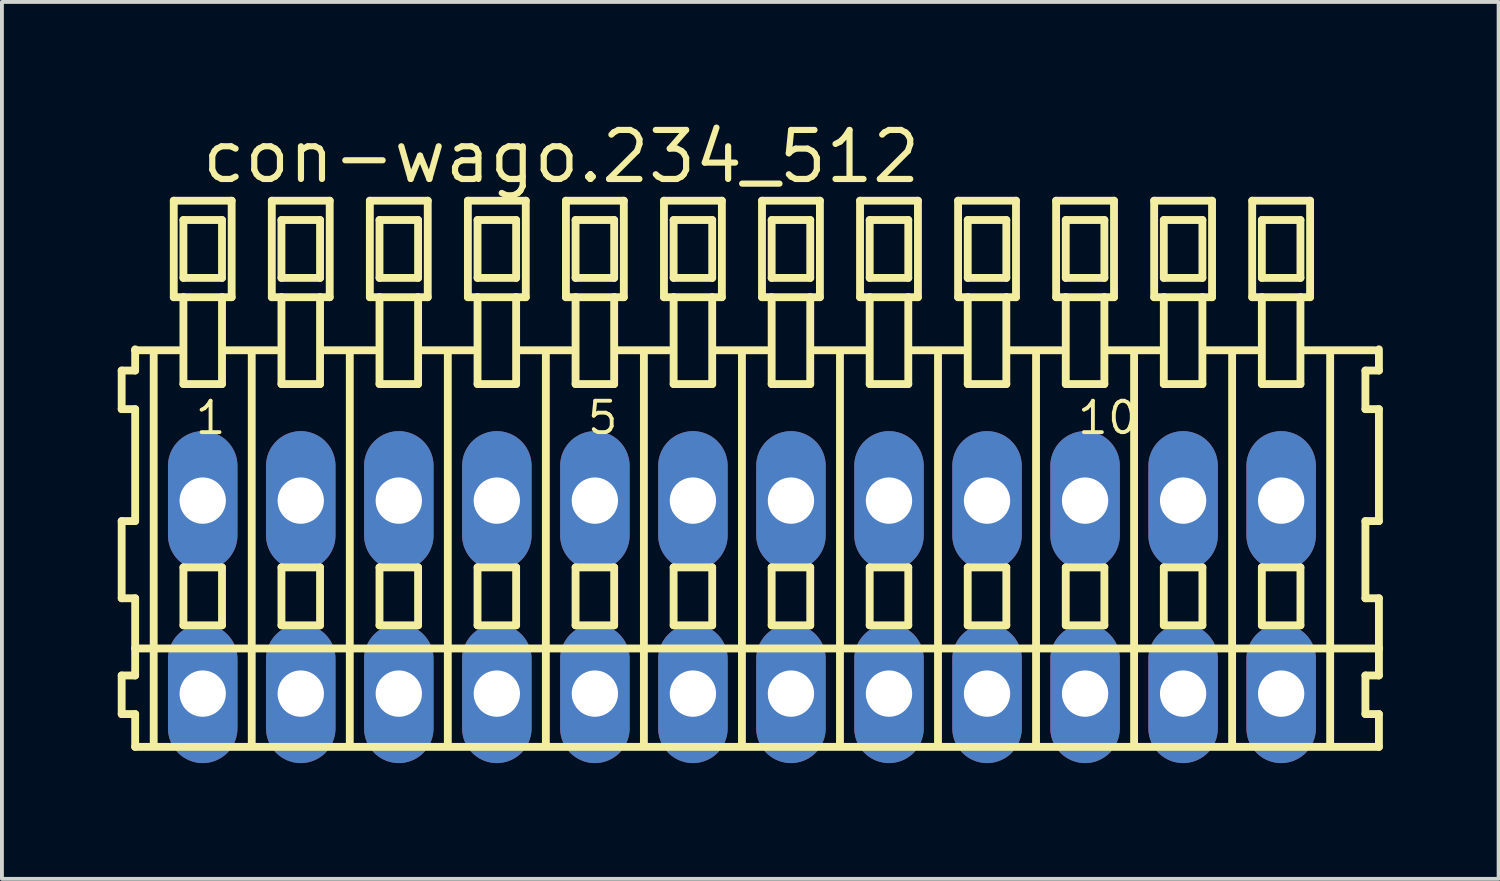
<source format=kicad_pcb>
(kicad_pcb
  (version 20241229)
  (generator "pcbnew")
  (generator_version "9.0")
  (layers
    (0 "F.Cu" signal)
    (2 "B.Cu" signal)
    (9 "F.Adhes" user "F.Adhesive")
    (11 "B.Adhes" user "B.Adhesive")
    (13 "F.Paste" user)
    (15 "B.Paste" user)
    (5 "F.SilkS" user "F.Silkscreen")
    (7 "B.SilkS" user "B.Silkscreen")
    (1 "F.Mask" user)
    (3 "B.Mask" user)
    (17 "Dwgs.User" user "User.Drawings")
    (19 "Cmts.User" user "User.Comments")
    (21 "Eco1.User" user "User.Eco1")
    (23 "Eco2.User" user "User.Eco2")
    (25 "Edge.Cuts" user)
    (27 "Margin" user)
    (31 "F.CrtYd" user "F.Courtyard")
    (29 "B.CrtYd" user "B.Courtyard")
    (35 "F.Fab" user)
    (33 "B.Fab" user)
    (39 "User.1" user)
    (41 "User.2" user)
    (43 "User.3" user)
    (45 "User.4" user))
  (footprint "con-wago.234_512"
    (layer "F.Cu")
    (at 16.172 12.42)
    (property "Reference" "con-wago.234_512" (at -14.07 -10.67 0) (layer "F.SilkS") (effects (font (size 1.27 1.27) (thickness 0.16)) (justify left bottom)))
    (attr through_hole)
    (fp_line (start -16.07 -5.87) (end -16.07 -4.87) (stroke (width 0.203) (type default)) (layer "F.SilkS"))
    (fp_line (start -16.07 -4.87) (end -15.72 -4.87) (stroke (width 0.203) (type default)) (layer "F.SilkS"))
    (fp_line (start -16.07 -1.97) (end -16.07 0.03) (stroke (width 0.203) (type default)) (layer "F.SilkS"))
    (fp_line (start -16.07 0.03) (end -15.72 0.03) (stroke (width 0.203) (type default)) (layer "F.SilkS"))
    (fp_line (start -16.07 2.03) (end -16.07 3.03) (stroke (width 0.203) (type default)) (layer "F.SilkS"))
    (fp_line (start -16.07 3.03) (end -15.72 3.03) (stroke (width 0.203) (type default)) (layer "F.SilkS"))
    (fp_line (start -15.72 -6.42) (end -15.72 -6.395) (stroke (width 0.203) (type default)) (layer "F.SilkS"))
    (fp_line (start -15.72 -6.395) (end -15.72 -5.87) (stroke (width 0.203) (type default)) (layer "F.SilkS"))
    (fp_line (start -15.72 -6.395) (end -14.595 -6.395) (stroke (width 0.203) (type default)) (layer "F.SilkS"))
    (fp_line (start -15.72 -5.87) (end -16.07 -5.87) (stroke (width 0.203) (type default)) (layer "F.SilkS"))
    (fp_line (start -15.72 -4.87) (end -15.72 -1.97) (stroke (width 0.203) (type default)) (layer "F.SilkS"))
    (fp_line (start -15.72 -1.97) (end -16.07 -1.97) (stroke (width 0.203) (type default)) (layer "F.SilkS"))
    (fp_line (start -15.72 0.03) (end -15.72 1.33) (stroke (width 0.203) (type default)) (layer "F.SilkS"))
    (fp_line (start -15.72 1.33) (end -15.72 2.03) (stroke (width 0.203) (type default)) (layer "F.SilkS"))
    (fp_line (start -15.72 1.33) (end 16.503 1.33) (stroke (width 0.203) (type default)) (layer "F.SilkS"))
    (fp_line (start -15.72 2.03) (end -16.07 2.03) (stroke (width 0.203) (type default)) (layer "F.SilkS"))
    (fp_line (start -15.72 3.03) (end -15.72 3.88) (stroke (width 0.203) (type default)) (layer "F.SilkS"))
    (fp_line (start -15.72 3.88) (end 16.503 3.88) (stroke (width 0.203) (type default)) (layer "F.SilkS"))
    (fp_line (start -15.24 3.83) (end -15.24 -6.33) (stroke (width 0.203) (type default)) (layer "F.SilkS"))
    (fp_line (start -14.72 -10.27) (end -14.72 -7.77) (stroke (width 0.203) (type default)) (layer "F.SilkS"))
    (fp_line (start -14.72 -7.77) (end -14.47 -7.77) (stroke (width 0.203) (type default)) (layer "F.SilkS"))
    (fp_line (start -14.47 -9.77) (end -14.47 -8.27) (stroke (width 0.203) (type default)) (layer "F.SilkS"))
    (fp_line (start -14.47 -8.27) (end -13.47 -8.27) (stroke (width 0.203) (type default)) (layer "F.SilkS"))
    (fp_line (start -14.47 -7.77) (end -14.47 -5.52) (stroke (width 0.203) (type default)) (layer "F.SilkS"))
    (fp_line (start -14.47 -7.77) (end -13.47 -7.77) (stroke (width 0.203) (type default)) (layer "F.SilkS"))
    (fp_line (start -14.47 -5.52) (end -13.47 -5.52) (stroke (width 0.203) (type default)) (layer "F.SilkS"))
    (fp_line (start -14.47 -0.77) (end -14.47 0.73) (stroke (width 0.203) (type default)) (layer "F.SilkS"))
    (fp_line (start -14.47 0.73) (end -13.47 0.73) (stroke (width 0.203) (type default)) (layer "F.SilkS"))
    (fp_line (start -13.47 -9.77) (end -14.47 -9.77) (stroke (width 0.203) (type default)) (layer "F.SilkS"))
    (fp_line (start -13.47 -8.27) (end -13.47 -9.77) (stroke (width 0.203) (type default)) (layer "F.SilkS"))
    (fp_line (start -13.47 -7.77) (end -13.22 -7.77) (stroke (width 0.203) (type default)) (layer "F.SilkS"))
    (fp_line (start -13.47 -5.52) (end -13.47 -7.77) (stroke (width 0.203) (type default)) (layer "F.SilkS"))
    (fp_line (start -13.47 -0.77) (end -14.47 -0.77) (stroke (width 0.203) (type default)) (layer "F.SilkS"))
    (fp_line (start -13.47 0.73) (end -13.47 -0.77) (stroke (width 0.203) (type default)) (layer "F.SilkS"))
    (fp_line (start -13.434 -6.395) (end -12.055 -6.395) (stroke (width 0.203) (type default)) (layer "F.SilkS"))
    (fp_line (start -13.22 -10.27) (end -14.72 -10.27) (stroke (width 0.203) (type default)) (layer "F.SilkS"))
    (fp_line (start -13.22 -7.77) (end -13.22 -10.27) (stroke (width 0.203) (type default)) (layer "F.SilkS"))
    (fp_line (start -12.7 3.83) (end -12.7 -6.33) (stroke (width 0.203) (type default)) (layer "F.SilkS"))
    (fp_line (start -12.18 -10.27) (end -12.18 -7.77) (stroke (width 0.203) (type default)) (layer "F.SilkS"))
    (fp_line (start -12.18 -7.77) (end -11.93 -7.77) (stroke (width 0.203) (type default)) (layer "F.SilkS"))
    (fp_line (start -11.93 -9.77) (end -11.93 -8.27) (stroke (width 0.203) (type default)) (layer "F.SilkS"))
    (fp_line (start -11.93 -8.27) (end -10.93 -8.27) (stroke (width 0.203) (type default)) (layer "F.SilkS"))
    (fp_line (start -11.93 -7.77) (end -11.93 -5.52) (stroke (width 0.203) (type default)) (layer "F.SilkS"))
    (fp_line (start -11.93 -7.77) (end -10.93 -7.77) (stroke (width 0.203) (type default)) (layer "F.SilkS"))
    (fp_line (start -11.93 -5.52) (end -10.93 -5.52) (stroke (width 0.203) (type default)) (layer "F.SilkS"))
    (fp_line (start -11.93 -0.77) (end -11.93 0.73) (stroke (width 0.203) (type default)) (layer "F.SilkS"))
    (fp_line (start -11.93 0.73) (end -10.93 0.73) (stroke (width 0.203) (type default)) (layer "F.SilkS"))
    (fp_line (start -10.93 -9.77) (end -11.93 -9.77) (stroke (width 0.203) (type default)) (layer "F.SilkS"))
    (fp_line (start -10.93 -8.27) (end -10.93 -9.77) (stroke (width 0.203) (type default)) (layer "F.SilkS"))
    (fp_line (start -10.93 -7.77) (end -10.68 -7.77) (stroke (width 0.203) (type default)) (layer "F.SilkS"))
    (fp_line (start -10.93 -5.52) (end -10.93 -7.77) (stroke (width 0.203) (type default)) (layer "F.SilkS"))
    (fp_line (start -10.93 -0.77) (end -11.93 -0.77) (stroke (width 0.203) (type default)) (layer "F.SilkS"))
    (fp_line (start -10.93 0.73) (end -10.93 -0.77) (stroke (width 0.203) (type default)) (layer "F.SilkS"))
    (fp_line (start -10.894 -6.395) (end -9.515 -6.395) (stroke (width 0.203) (type default)) (layer "F.SilkS"))
    (fp_line (start -10.68 -10.27) (end -12.18 -10.27) (stroke (width 0.203) (type default)) (layer "F.SilkS"))
    (fp_line (start -10.68 -7.77) (end -10.68 -10.27) (stroke (width 0.203) (type default)) (layer "F.SilkS"))
    (fp_line (start -10.16 3.83) (end -10.16 -6.33) (stroke (width 0.203) (type default)) (layer "F.SilkS"))
    (fp_line (start -9.64 -10.27) (end -9.64 -7.77) (stroke (width 0.203) (type default)) (layer "F.SilkS"))
    (fp_line (start -9.64 -7.77) (end -9.39 -7.77) (stroke (width 0.203) (type default)) (layer "F.SilkS"))
    (fp_line (start -9.39 -9.77) (end -9.39 -8.27) (stroke (width 0.203) (type default)) (layer "F.SilkS"))
    (fp_line (start -9.39 -8.27) (end -8.39 -8.27) (stroke (width 0.203) (type default)) (layer "F.SilkS"))
    (fp_line (start -9.39 -7.77) (end -9.39 -5.52) (stroke (width 0.203) (type default)) (layer "F.SilkS"))
    (fp_line (start -9.39 -7.77) (end -8.39 -7.77) (stroke (width 0.203) (type default)) (layer "F.SilkS"))
    (fp_line (start -9.39 -5.52) (end -8.39 -5.52) (stroke (width 0.203) (type default)) (layer "F.SilkS"))
    (fp_line (start -9.39 -0.77) (end -9.39 0.73) (stroke (width 0.203) (type default)) (layer "F.SilkS"))
    (fp_line (start -9.39 0.73) (end -8.39 0.73) (stroke (width 0.203) (type default)) (layer "F.SilkS"))
    (fp_line (start -8.39 -9.77) (end -9.39 -9.77) (stroke (width 0.203) (type default)) (layer "F.SilkS"))
    (fp_line (start -8.39 -8.27) (end -8.39 -9.77) (stroke (width 0.203) (type default)) (layer "F.SilkS"))
    (fp_line (start -8.39 -7.77) (end -8.14 -7.77) (stroke (width 0.203) (type default)) (layer "F.SilkS"))
    (fp_line (start -8.39 -5.52) (end -8.39 -7.77) (stroke (width 0.203) (type default)) (layer "F.SilkS"))
    (fp_line (start -8.39 -0.77) (end -9.39 -0.77) (stroke (width 0.203) (type default)) (layer "F.SilkS"))
    (fp_line (start -8.39 0.73) (end -8.39 -0.77) (stroke (width 0.203) (type default)) (layer "F.SilkS"))
    (fp_line (start -8.354 -6.395) (end -6.975 -6.395) (stroke (width 0.203) (type default)) (layer "F.SilkS"))
    (fp_line (start -8.14 -10.27) (end -9.64 -10.27) (stroke (width 0.203) (type default)) (layer "F.SilkS"))
    (fp_line (start -8.14 -7.77) (end -8.14 -10.27) (stroke (width 0.203) (type default)) (layer "F.SilkS"))
    (fp_line (start -7.62 3.83) (end -7.62 -6.33) (stroke (width 0.203) (type default)) (layer "F.SilkS"))
    (fp_line (start -7.1 -10.27) (end -7.1 -7.77) (stroke (width 0.203) (type default)) (layer "F.SilkS"))
    (fp_line (start -7.1 -7.77) (end -6.85 -7.77) (stroke (width 0.203) (type default)) (layer "F.SilkS"))
    (fp_line (start -6.85 -9.77) (end -6.85 -8.27) (stroke (width 0.203) (type default)) (layer "F.SilkS"))
    (fp_line (start -6.85 -8.27) (end -5.85 -8.27) (stroke (width 0.203) (type default)) (layer "F.SilkS"))
    (fp_line (start -6.85 -7.77) (end -6.85 -5.52) (stroke (width 0.203) (type default)) (layer "F.SilkS"))
    (fp_line (start -6.85 -7.77) (end -5.85 -7.77) (stroke (width 0.203) (type default)) (layer "F.SilkS"))
    (fp_line (start -6.85 -5.52) (end -5.85 -5.52) (stroke (width 0.203) (type default)) (layer "F.SilkS"))
    (fp_line (start -6.85 -0.77) (end -6.85 0.73) (stroke (width 0.203) (type default)) (layer "F.SilkS"))
    (fp_line (start -6.85 0.73) (end -5.85 0.73) (stroke (width 0.203) (type default)) (layer "F.SilkS"))
    (fp_line (start -5.85 -9.77) (end -6.85 -9.77) (stroke (width 0.203) (type default)) (layer "F.SilkS"))
    (fp_line (start -5.85 -8.27) (end -5.85 -9.77) (stroke (width 0.203) (type default)) (layer "F.SilkS"))
    (fp_line (start -5.85 -7.77) (end -5.6 -7.77) (stroke (width 0.203) (type default)) (layer "F.SilkS"))
    (fp_line (start -5.85 -5.52) (end -5.85 -7.77) (stroke (width 0.203) (type default)) (layer "F.SilkS"))
    (fp_line (start -5.85 -0.77) (end -6.85 -0.77) (stroke (width 0.203) (type default)) (layer "F.SilkS"))
    (fp_line (start -5.85 0.73) (end -5.85 -0.77) (stroke (width 0.203) (type default)) (layer "F.SilkS"))
    (fp_line (start -5.814 -6.395) (end -4.435 -6.395) (stroke (width 0.203) (type default)) (layer "F.SilkS"))
    (fp_line (start -5.6 -10.27) (end -7.1 -10.27) (stroke (width 0.203) (type default)) (layer "F.SilkS"))
    (fp_line (start -5.6 -7.77) (end -5.6 -10.27) (stroke (width 0.203) (type default)) (layer "F.SilkS"))
    (fp_line (start -5.08 3.83) (end -5.08 -6.33) (stroke (width 0.203) (type default)) (layer "F.SilkS"))
    (fp_line (start -4.56 -10.27) (end -4.56 -7.77) (stroke (width 0.203) (type default)) (layer "F.SilkS"))
    (fp_line (start -4.56 -7.77) (end -4.31 -7.77) (stroke (width 0.203) (type default)) (layer "F.SilkS"))
    (fp_line (start -4.31 -9.77) (end -4.31 -8.27) (stroke (width 0.203) (type default)) (layer "F.SilkS"))
    (fp_line (start -4.31 -8.27) (end -3.31 -8.27) (stroke (width 0.203) (type default)) (layer "F.SilkS"))
    (fp_line (start -4.31 -7.77) (end -4.31 -5.52) (stroke (width 0.203) (type default)) (layer "F.SilkS"))
    (fp_line (start -4.31 -7.77) (end -3.31 -7.77) (stroke (width 0.203) (type default)) (layer "F.SilkS"))
    (fp_line (start -4.31 -5.52) (end -3.31 -5.52) (stroke (width 0.203) (type default)) (layer "F.SilkS"))
    (fp_line (start -4.31 -0.77) (end -4.31 0.73) (stroke (width 0.203) (type default)) (layer "F.SilkS"))
    (fp_line (start -4.31 0.73) (end -3.31 0.73) (stroke (width 0.203) (type default)) (layer "F.SilkS"))
    (fp_line (start -3.31 -9.77) (end -4.31 -9.77) (stroke (width 0.203) (type default)) (layer "F.SilkS"))
    (fp_line (start -3.31 -8.27) (end -3.31 -9.77) (stroke (width 0.203) (type default)) (layer "F.SilkS"))
    (fp_line (start -3.31 -7.77) (end -3.06 -7.77) (stroke (width 0.203) (type default)) (layer "F.SilkS"))
    (fp_line (start -3.31 -5.52) (end -3.31 -7.77) (stroke (width 0.203) (type default)) (layer "F.SilkS"))
    (fp_line (start -3.31 -0.77) (end -4.31 -0.77) (stroke (width 0.203) (type default)) (layer "F.SilkS"))
    (fp_line (start -3.31 0.73) (end -3.31 -0.77) (stroke (width 0.203) (type default)) (layer "F.SilkS"))
    (fp_line (start -3.274 -6.395) (end -1.895 -6.395) (stroke (width 0.203) (type default)) (layer "F.SilkS"))
    (fp_line (start -3.06 -10.27) (end -4.56 -10.27) (stroke (width 0.203) (type default)) (layer "F.SilkS"))
    (fp_line (start -3.06 -7.77) (end -3.06 -10.27) (stroke (width 0.203) (type default)) (layer "F.SilkS"))
    (fp_line (start -2.54 3.83) (end -2.54 -6.33) (stroke (width 0.203) (type default)) (layer "F.SilkS"))
    (fp_line (start -2.02 -10.27) (end -2.02 -7.77) (stroke (width 0.203) (type default)) (layer "F.SilkS"))
    (fp_line (start -2.02 -7.77) (end -1.77 -7.77) (stroke (width 0.203) (type default)) (layer "F.SilkS"))
    (fp_line (start -1.77 -9.77) (end -1.77 -8.27) (stroke (width 0.203) (type default)) (layer "F.SilkS"))
    (fp_line (start -1.77 -8.27) (end -0.77 -8.27) (stroke (width 0.203) (type default)) (layer "F.SilkS"))
    (fp_line (start -1.77 -7.77) (end -1.77 -5.52) (stroke (width 0.203) (type default)) (layer "F.SilkS"))
    (fp_line (start -1.77 -7.77) (end -0.77 -7.77) (stroke (width 0.203) (type default)) (layer "F.SilkS"))
    (fp_line (start -1.77 -5.52) (end -0.77 -5.52) (stroke (width 0.203) (type default)) (layer "F.SilkS"))
    (fp_line (start -1.77 -0.77) (end -1.77 0.73) (stroke (width 0.203) (type default)) (layer "F.SilkS"))
    (fp_line (start -1.77 0.73) (end -0.77 0.73) (stroke (width 0.203) (type default)) (layer "F.SilkS"))
    (fp_line (start -0.77 -9.77) (end -1.77 -9.77) (stroke (width 0.203) (type default)) (layer "F.SilkS"))
    (fp_line (start -0.77 -8.27) (end -0.77 -9.77) (stroke (width 0.203) (type default)) (layer "F.SilkS"))
    (fp_line (start -0.77 -7.77) (end -0.52 -7.77) (stroke (width 0.203) (type default)) (layer "F.SilkS"))
    (fp_line (start -0.77 -5.52) (end -0.77 -7.77) (stroke (width 0.203) (type default)) (layer "F.SilkS"))
    (fp_line (start -0.77 -0.77) (end -1.77 -0.77) (stroke (width 0.203) (type default)) (layer "F.SilkS"))
    (fp_line (start -0.77 0.73) (end -0.77 -0.77) (stroke (width 0.203) (type default)) (layer "F.SilkS"))
    (fp_line (start -0.734 -6.395) (end 0.645 -6.395) (stroke (width 0.203) (type default)) (layer "F.SilkS"))
    (fp_line (start -0.52 -10.27) (end -2.02 -10.27) (stroke (width 0.203) (type default)) (layer "F.SilkS"))
    (fp_line (start -0.52 -7.77) (end -0.52 -10.27) (stroke (width 0.203) (type default)) (layer "F.SilkS"))
    (fp_line (start 0 3.83) (end 0 -6.33) (stroke (width 0.203) (type default)) (layer "F.SilkS"))
    (fp_line (start 0.52 -10.27) (end 0.52 -7.77) (stroke (width 0.203) (type default)) (layer "F.SilkS"))
    (fp_line (start 0.52 -7.77) (end 0.77 -7.77) (stroke (width 0.203) (type default)) (layer "F.SilkS"))
    (fp_line (start 0.77 -9.77) (end 0.77 -8.27) (stroke (width 0.203) (type default)) (layer "F.SilkS"))
    (fp_line (start 0.77 -8.27) (end 1.77 -8.27) (stroke (width 0.203) (type default)) (layer "F.SilkS"))
    (fp_line (start 0.77 -7.77) (end 0.77 -5.52) (stroke (width 0.203) (type default)) (layer "F.SilkS"))
    (fp_line (start 0.77 -7.77) (end 1.77 -7.77) (stroke (width 0.203) (type default)) (layer "F.SilkS"))
    (fp_line (start 0.77 -5.52) (end 1.77 -5.52) (stroke (width 0.203) (type default)) (layer "F.SilkS"))
    (fp_line (start 0.77 -0.77) (end 0.77 0.73) (stroke (width 0.203) (type default)) (layer "F.SilkS"))
    (fp_line (start 0.77 0.73) (end 1.77 0.73) (stroke (width 0.203) (type default)) (layer "F.SilkS"))
    (fp_line (start 1.77 -9.77) (end 0.77 -9.77) (stroke (width 0.203) (type default)) (layer "F.SilkS"))
    (fp_line (start 1.77 -8.27) (end 1.77 -9.77) (stroke (width 0.203) (type default)) (layer "F.SilkS"))
    (fp_line (start 1.77 -7.77) (end 2.02 -7.77) (stroke (width 0.203) (type default)) (layer "F.SilkS"))
    (fp_line (start 1.77 -5.52) (end 1.77 -7.77) (stroke (width 0.203) (type default)) (layer "F.SilkS"))
    (fp_line (start 1.77 -0.77) (end 0.77 -0.77) (stroke (width 0.203) (type default)) (layer "F.SilkS"))
    (fp_line (start 1.77 0.73) (end 1.77 -0.77) (stroke (width 0.203) (type default)) (layer "F.SilkS"))
    (fp_line (start 1.806 -6.395) (end 3.185 -6.395) (stroke (width 0.203) (type default)) (layer "F.SilkS"))
    (fp_line (start 2.02 -10.27) (end 0.52 -10.27) (stroke (width 0.203) (type default)) (layer "F.SilkS"))
    (fp_line (start 2.02 -7.77) (end 2.02 -10.27) (stroke (width 0.203) (type default)) (layer "F.SilkS"))
    (fp_line (start 2.54 3.83) (end 2.54 -6.33) (stroke (width 0.203) (type default)) (layer "F.SilkS"))
    (fp_line (start 3.06 -10.27) (end 3.06 -7.77) (stroke (width 0.203) (type default)) (layer "F.SilkS"))
    (fp_line (start 3.06 -7.77) (end 3.31 -7.77) (stroke (width 0.203) (type default)) (layer "F.SilkS"))
    (fp_line (start 3.31 -9.77) (end 3.31 -8.27) (stroke (width 0.203) (type default)) (layer "F.SilkS"))
    (fp_line (start 3.31 -8.27) (end 4.31 -8.27) (stroke (width 0.203) (type default)) (layer "F.SilkS"))
    (fp_line (start 3.31 -7.77) (end 3.31 -5.52) (stroke (width 0.203) (type default)) (layer "F.SilkS"))
    (fp_line (start 3.31 -7.77) (end 4.31 -7.77) (stroke (width 0.203) (type default)) (layer "F.SilkS"))
    (fp_line (start 3.31 -5.52) (end 4.31 -5.52) (stroke (width 0.203) (type default)) (layer "F.SilkS"))
    (fp_line (start 3.31 -0.77) (end 3.31 0.73) (stroke (width 0.203) (type default)) (layer "F.SilkS"))
    (fp_line (start 3.31 0.73) (end 4.31 0.73) (stroke (width 0.203) (type default)) (layer "F.SilkS"))
    (fp_line (start 4.31 -9.77) (end 3.31 -9.77) (stroke (width 0.203) (type default)) (layer "F.SilkS"))
    (fp_line (start 4.31 -8.27) (end 4.31 -9.77) (stroke (width 0.203) (type default)) (layer "F.SilkS"))
    (fp_line (start 4.31 -7.77) (end 4.56 -7.77) (stroke (width 0.203) (type default)) (layer "F.SilkS"))
    (fp_line (start 4.31 -5.52) (end 4.31 -7.77) (stroke (width 0.203) (type default)) (layer "F.SilkS"))
    (fp_line (start 4.31 -0.77) (end 3.31 -0.77) (stroke (width 0.203) (type default)) (layer "F.SilkS"))
    (fp_line (start 4.31 0.73) (end 4.31 -0.77) (stroke (width 0.203) (type default)) (layer "F.SilkS"))
    (fp_line (start 4.346 -6.395) (end 5.725 -6.395) (stroke (width 0.203) (type default)) (layer "F.SilkS"))
    (fp_line (start 4.56 -10.27) (end 3.06 -10.27) (stroke (width 0.203) (type default)) (layer "F.SilkS"))
    (fp_line (start 4.56 -7.77) (end 4.56 -10.27) (stroke (width 0.203) (type default)) (layer "F.SilkS"))
    (fp_line (start 5.08 3.83) (end 5.08 -6.33) (stroke (width 0.203) (type default)) (layer "F.SilkS"))
    (fp_line (start 5.6 -10.27) (end 5.6 -7.77) (stroke (width 0.203) (type default)) (layer "F.SilkS"))
    (fp_line (start 5.6 -7.77) (end 5.85 -7.77) (stroke (width 0.203) (type default)) (layer "F.SilkS"))
    (fp_line (start 5.85 -9.77) (end 5.85 -8.27) (stroke (width 0.203) (type default)) (layer "F.SilkS"))
    (fp_line (start 5.85 -8.27) (end 6.85 -8.27) (stroke (width 0.203) (type default)) (layer "F.SilkS"))
    (fp_line (start 5.85 -7.77) (end 5.85 -5.52) (stroke (width 0.203) (type default)) (layer "F.SilkS"))
    (fp_line (start 5.85 -7.77) (end 6.85 -7.77) (stroke (width 0.203) (type default)) (layer "F.SilkS"))
    (fp_line (start 5.85 -5.52) (end 6.85 -5.52) (stroke (width 0.203) (type default)) (layer "F.SilkS"))
    (fp_line (start 5.85 -0.77) (end 5.85 0.73) (stroke (width 0.203) (type default)) (layer "F.SilkS"))
    (fp_line (start 5.85 0.73) (end 6.85 0.73) (stroke (width 0.203) (type default)) (layer "F.SilkS"))
    (fp_line (start 6.85 -9.77) (end 5.85 -9.77) (stroke (width 0.203) (type default)) (layer "F.SilkS"))
    (fp_line (start 6.85 -8.27) (end 6.85 -9.77) (stroke (width 0.203) (type default)) (layer "F.SilkS"))
    (fp_line (start 6.85 -7.77) (end 7.1 -7.77) (stroke (width 0.203) (type default)) (layer "F.SilkS"))
    (fp_line (start 6.85 -5.52) (end 6.85 -7.77) (stroke (width 0.203) (type default)) (layer "F.SilkS"))
    (fp_line (start 6.85 -0.77) (end 5.85 -0.77) (stroke (width 0.203) (type default)) (layer "F.SilkS"))
    (fp_line (start 6.85 0.73) (end 6.85 -0.77) (stroke (width 0.203) (type default)) (layer "F.SilkS"))
    (fp_line (start 6.886 -6.395) (end 8.265 -6.395) (stroke (width 0.203) (type default)) (layer "F.SilkS"))
    (fp_line (start 7.1 -10.27) (end 5.6 -10.27) (stroke (width 0.203) (type default)) (layer "F.SilkS"))
    (fp_line (start 7.1 -7.77) (end 7.1 -10.27) (stroke (width 0.203) (type default)) (layer "F.SilkS"))
    (fp_line (start 7.62 3.83) (end 7.62 -6.33) (stroke (width 0.203) (type default)) (layer "F.SilkS"))
    (fp_line (start 8.14 -10.27) (end 8.14 -7.77) (stroke (width 0.203) (type default)) (layer "F.SilkS"))
    (fp_line (start 8.14 -7.77) (end 8.39 -7.77) (stroke (width 0.203) (type default)) (layer "F.SilkS"))
    (fp_line (start 8.39 -9.77) (end 8.39 -8.27) (stroke (width 0.203) (type default)) (layer "F.SilkS"))
    (fp_line (start 8.39 -8.27) (end 9.39 -8.27) (stroke (width 0.203) (type default)) (layer "F.SilkS"))
    (fp_line (start 8.39 -7.77) (end 8.39 -5.52) (stroke (width 0.203) (type default)) (layer "F.SilkS"))
    (fp_line (start 8.39 -7.77) (end 9.39 -7.77) (stroke (width 0.203) (type default)) (layer "F.SilkS"))
    (fp_line (start 8.39 -5.52) (end 9.39 -5.52) (stroke (width 0.203) (type default)) (layer "F.SilkS"))
    (fp_line (start 8.39 -0.77) (end 8.39 0.73) (stroke (width 0.203) (type default)) (layer "F.SilkS"))
    (fp_line (start 8.39 0.73) (end 9.39 0.73) (stroke (width 0.203) (type default)) (layer "F.SilkS"))
    (fp_line (start 9.39 -9.77) (end 8.39 -9.77) (stroke (width 0.203) (type default)) (layer "F.SilkS"))
    (fp_line (start 9.39 -8.27) (end 9.39 -9.77) (stroke (width 0.203) (type default)) (layer "F.SilkS"))
    (fp_line (start 9.39 -7.77) (end 9.64 -7.77) (stroke (width 0.203) (type default)) (layer "F.SilkS"))
    (fp_line (start 9.39 -5.52) (end 9.39 -7.77) (stroke (width 0.203) (type default)) (layer "F.SilkS"))
    (fp_line (start 9.39 -0.77) (end 8.39 -0.77) (stroke (width 0.203) (type default)) (layer "F.SilkS"))
    (fp_line (start 9.39 0.73) (end 9.39 -0.77) (stroke (width 0.203) (type default)) (layer "F.SilkS"))
    (fp_line (start 9.426 -6.395) (end 10.805 -6.395) (stroke (width 0.203) (type default)) (layer "F.SilkS"))
    (fp_line (start 9.64 -10.27) (end 8.14 -10.27) (stroke (width 0.203) (type default)) (layer "F.SilkS"))
    (fp_line (start 9.64 -7.77) (end 9.64 -10.27) (stroke (width 0.203) (type default)) (layer "F.SilkS"))
    (fp_line (start 10.16 3.83) (end 10.16 -6.33) (stroke (width 0.203) (type default)) (layer "F.SilkS"))
    (fp_line (start 10.68 -10.27) (end 10.68 -7.77) (stroke (width 0.203) (type default)) (layer "F.SilkS"))
    (fp_line (start 10.68 -7.77) (end 10.93 -7.77) (stroke (width 0.203) (type default)) (layer "F.SilkS"))
    (fp_line (start 10.93 -9.77) (end 10.93 -8.27) (stroke (width 0.203) (type default)) (layer "F.SilkS"))
    (fp_line (start 10.93 -8.27) (end 11.93 -8.27) (stroke (width 0.203) (type default)) (layer "F.SilkS"))
    (fp_line (start 10.93 -7.77) (end 10.93 -5.52) (stroke (width 0.203) (type default)) (layer "F.SilkS"))
    (fp_line (start 10.93 -7.77) (end 11.93 -7.77) (stroke (width 0.203) (type default)) (layer "F.SilkS"))
    (fp_line (start 10.93 -5.52) (end 11.93 -5.52) (stroke (width 0.203) (type default)) (layer "F.SilkS"))
    (fp_line (start 10.93 -0.77) (end 10.93 0.73) (stroke (width 0.203) (type default)) (layer "F.SilkS"))
    (fp_line (start 10.93 0.73) (end 11.93 0.73) (stroke (width 0.203) (type default)) (layer "F.SilkS"))
    (fp_line (start 11.93 -9.77) (end 10.93 -9.77) (stroke (width 0.203) (type default)) (layer "F.SilkS"))
    (fp_line (start 11.93 -8.27) (end 11.93 -9.77) (stroke (width 0.203) (type default)) (layer "F.SilkS"))
    (fp_line (start 11.93 -7.77) (end 12.18 -7.77) (stroke (width 0.203) (type default)) (layer "F.SilkS"))
    (fp_line (start 11.93 -5.52) (end 11.93 -7.77) (stroke (width 0.203) (type default)) (layer "F.SilkS"))
    (fp_line (start 11.93 -0.77) (end 10.93 -0.77) (stroke (width 0.203) (type default)) (layer "F.SilkS"))
    (fp_line (start 11.93 0.73) (end 11.93 -0.77) (stroke (width 0.203) (type default)) (layer "F.SilkS"))
    (fp_line (start 11.966 -6.395) (end 13.345 -6.395) (stroke (width 0.203) (type default)) (layer "F.SilkS"))
    (fp_line (start 12.18 -10.27) (end 10.68 -10.27) (stroke (width 0.203) (type default)) (layer "F.SilkS"))
    (fp_line (start 12.18 -7.77) (end 12.18 -10.27) (stroke (width 0.203) (type default)) (layer "F.SilkS"))
    (fp_line (start 12.7 3.83) (end 12.7 -6.33) (stroke (width 0.203) (type default)) (layer "F.SilkS"))
    (fp_line (start 13.22 -10.27) (end 13.22 -7.77) (stroke (width 0.203) (type default)) (layer "F.SilkS"))
    (fp_line (start 13.22 -7.77) (end 13.47 -7.77) (stroke (width 0.203) (type default)) (layer "F.SilkS"))
    (fp_line (start 13.47 -9.77) (end 13.47 -8.27) (stroke (width 0.203) (type default)) (layer "F.SilkS"))
    (fp_line (start 13.47 -8.27) (end 14.47 -8.27) (stroke (width 0.203) (type default)) (layer "F.SilkS"))
    (fp_line (start 13.47 -7.77) (end 13.47 -5.52) (stroke (width 0.203) (type default)) (layer "F.SilkS"))
    (fp_line (start 13.47 -7.77) (end 14.47 -7.77) (stroke (width 0.203) (type default)) (layer "F.SilkS"))
    (fp_line (start 13.47 -5.52) (end 14.47 -5.52) (stroke (width 0.203) (type default)) (layer "F.SilkS"))
    (fp_line (start 13.47 -0.77) (end 13.47 0.73) (stroke (width 0.203) (type default)) (layer "F.SilkS"))
    (fp_line (start 13.47 0.73) (end 14.47 0.73) (stroke (width 0.203) (type default)) (layer "F.SilkS"))
    (fp_line (start 14.47 -9.77) (end 13.47 -9.77) (stroke (width 0.203) (type default)) (layer "F.SilkS"))
    (fp_line (start 14.47 -8.27) (end 14.47 -9.77) (stroke (width 0.203) (type default)) (layer "F.SilkS"))
    (fp_line (start 14.47 -7.77) (end 14.72 -7.77) (stroke (width 0.203) (type default)) (layer "F.SilkS"))
    (fp_line (start 14.47 -5.52) (end 14.47 -7.77) (stroke (width 0.203) (type default)) (layer "F.SilkS"))
    (fp_line (start 14.47 -0.77) (end 13.47 -0.77) (stroke (width 0.203) (type default)) (layer "F.SilkS"))
    (fp_line (start 14.47 0.73) (end 14.47 -0.77) (stroke (width 0.203) (type default)) (layer "F.SilkS"))
    (fp_line (start 14.506 -6.395) (end 16.393 -6.395) (stroke (width 0.203) (type default)) (layer "F.SilkS"))
    (fp_line (start 14.72 -10.27) (end 13.22 -10.27) (stroke (width 0.203) (type default)) (layer "F.SilkS"))
    (fp_line (start 14.72 -7.77) (end 14.72 -10.27) (stroke (width 0.203) (type default)) (layer "F.SilkS"))
    (fp_line (start 15.24 3.83) (end 15.24 -6.33) (stroke (width 0.203) (type default)) (layer "F.SilkS"))
    (fp_line (start 16.153 -5.87) (end 16.153 -4.87) (stroke (width 0.203) (type default)) (layer "F.SilkS"))
    (fp_line (start 16.153 -4.87) (end 16.503 -4.87) (stroke (width 0.203) (type default)) (layer "F.SilkS"))
    (fp_line (start 16.153 -1.97) (end 16.153 0.03) (stroke (width 0.203) (type default)) (layer "F.SilkS"))
    (fp_line (start 16.153 0.03) (end 16.503 0.03) (stroke (width 0.203) (type default)) (layer "F.SilkS"))
    (fp_line (start 16.153 2.03) (end 16.153 3.03) (stroke (width 0.203) (type default)) (layer "F.SilkS"))
    (fp_line (start 16.153 3.03) (end 16.503 3.03) (stroke (width 0.203) (type default)) (layer "F.SilkS"))
    (fp_line (start 16.503 -5.87) (end 16.153 -5.87) (stroke (width 0.203) (type default)) (layer "F.SilkS"))
    (fp_line (start 16.503 -5.87) (end 16.503 -6.42) (stroke (width 0.203) (type default)) (layer "F.SilkS"))
    (fp_line (start 16.503 -1.97) (end 16.153 -1.97) (stroke (width 0.203) (type default)) (layer "F.SilkS"))
    (fp_line (start 16.503 -1.97) (end 16.503 -4.87) (stroke (width 0.203) (type default)) (layer "F.SilkS"))
    (fp_line (start 16.503 1.33) (end 16.503 0.03) (stroke (width 0.203) (type default)) (layer "F.SilkS"))
    (fp_line (start 16.503 2.03) (end 16.153 2.03) (stroke (width 0.203) (type default)) (layer "F.SilkS"))
    (fp_line (start 16.503 2.03) (end 16.503 1.33) (stroke (width 0.203) (type default)) (layer "F.SilkS"))
    (fp_line (start 16.503 3.88) (end 16.503 3.03) (stroke (width 0.203) (type default)) (layer "F.SilkS"))
    (fp_text user "1" (at -14.22 -4.17 0) (layer "F.SilkS") (effects (font (size 0.813 0.813) (thickness 0.1)) (justify left bottom)))
    (fp_text user "5" (at -4.06 -4.17 0) (layer "F.SilkS") (effects (font (size 0.813 0.813) (thickness 0.1)) (justify left bottom)))
    (fp_text user "10" (at 8.64 -4.17 0) (layer "F.SilkS") (effects (font (size 0.813 0.813) (thickness 0.1)) (justify left bottom)))
    (pad "A1" thru_hole oval (at -13.97 -2.5 90) (size 3.6 1.8) (drill 1.2) (layers "*.Cu" "*.Mask"))
    (pad "A2" thru_hole oval (at -11.43 -2.5 90) (size 3.6 1.8) (drill 1.2) (layers "*.Cu" "*.Mask"))
    (pad "A3" thru_hole oval (at -8.89 -2.5 90) (size 3.6 1.8) (drill 1.2) (layers "*.Cu" "*.Mask"))
    (pad "A4" thru_hole oval (at -6.35 -2.5 90) (size 3.6 1.8) (drill 1.2) (layers "*.Cu" "*.Mask"))
    (pad "A5" thru_hole oval (at -3.81 -2.5 90) (size 3.6 1.8) (drill 1.2) (layers "*.Cu" "*.Mask"))
    (pad "A6" thru_hole oval (at -1.27 -2.5 90) (size 3.6 1.8) (drill 1.2) (layers "*.Cu" "*.Mask"))
    (pad "A7" thru_hole oval (at 1.27 -2.5 90) (size 3.6 1.8) (drill 1.2) (layers "*.Cu" "*.Mask"))
    (pad "A8" thru_hole oval (at 3.81 -2.5 90) (size 3.6 1.8) (drill 1.2) (layers "*.Cu" "*.Mask"))
    (pad "A9" thru_hole oval (at 6.35 -2.5 90) (size 3.6 1.8) (drill 1.2) (layers "*.Cu" "*.Mask"))
    (pad "A10" thru_hole oval (at 8.89 -2.5 90) (size 3.6 1.8) (drill 1.2) (layers "*.Cu" "*.Mask"))
    (pad "A11" thru_hole oval (at 11.43 -2.5 90) (size 3.6 1.8) (drill 1.2) (layers "*.Cu" "*.Mask"))
    (pad "A12" thru_hole oval (at 13.97 -2.5 90) (size 3.6 1.8) (drill 1.2) (layers "*.Cu" "*.Mask"))
    (pad "B1" thru_hole oval (at -13.97 2.5 90) (size 3.6 1.8) (drill 1.2) (layers "*.Cu" "*.Mask"))
    (pad "B2" thru_hole oval (at -11.43 2.5 90) (size 3.6 1.8) (drill 1.2) (layers "*.Cu" "*.Mask"))
    (pad "B3" thru_hole oval (at -8.89 2.5 90) (size 3.6 1.8) (drill 1.2) (layers "*.Cu" "*.Mask"))
    (pad "B4" thru_hole oval (at -6.35 2.5 90) (size 3.6 1.8) (drill 1.2) (layers "*.Cu" "*.Mask"))
    (pad "B5" thru_hole oval (at -3.81 2.5 90) (size 3.6 1.8) (drill 1.2) (layers "*.Cu" "*.Mask"))
    (pad "B6" thru_hole oval (at -1.27 2.5 90) (size 3.6 1.8) (drill 1.2) (layers "*.Cu" "*.Mask"))
    (pad "B7" thru_hole oval (at 1.27 2.5 90) (size 3.6 1.8) (drill 1.2) (layers "*.Cu" "*.Mask"))
    (pad "B8" thru_hole oval (at 3.81 2.5 90) (size 3.6 1.8) (drill 1.2) (layers "*.Cu" "*.Mask"))
    (pad "B9" thru_hole oval (at 6.35 2.5 90) (size 3.6 1.8) (drill 1.2) (layers "*.Cu" "*.Mask"))
    (pad "B10" thru_hole oval (at 8.89 2.5 90) (size 3.6 1.8) (drill 1.2) (layers "*.Cu" "*.Mask"))
    (pad "B11" thru_hole oval (at 11.43 2.5 90) (size 3.6 1.8) (drill 1.2) (layers "*.Cu" "*.Mask"))
    (pad "B12" thru_hole oval (at 13.97 2.5 90) (size 3.6 1.8) (drill 1.2) (layers "*.Cu" "*.Mask")))
  (gr_rect
    (start -3 -3)
    (end 35.776 19.72)
    (stroke (width 0.1) (type default))
    (fill no)
    (layer "Edge.Cuts")))
</source>
